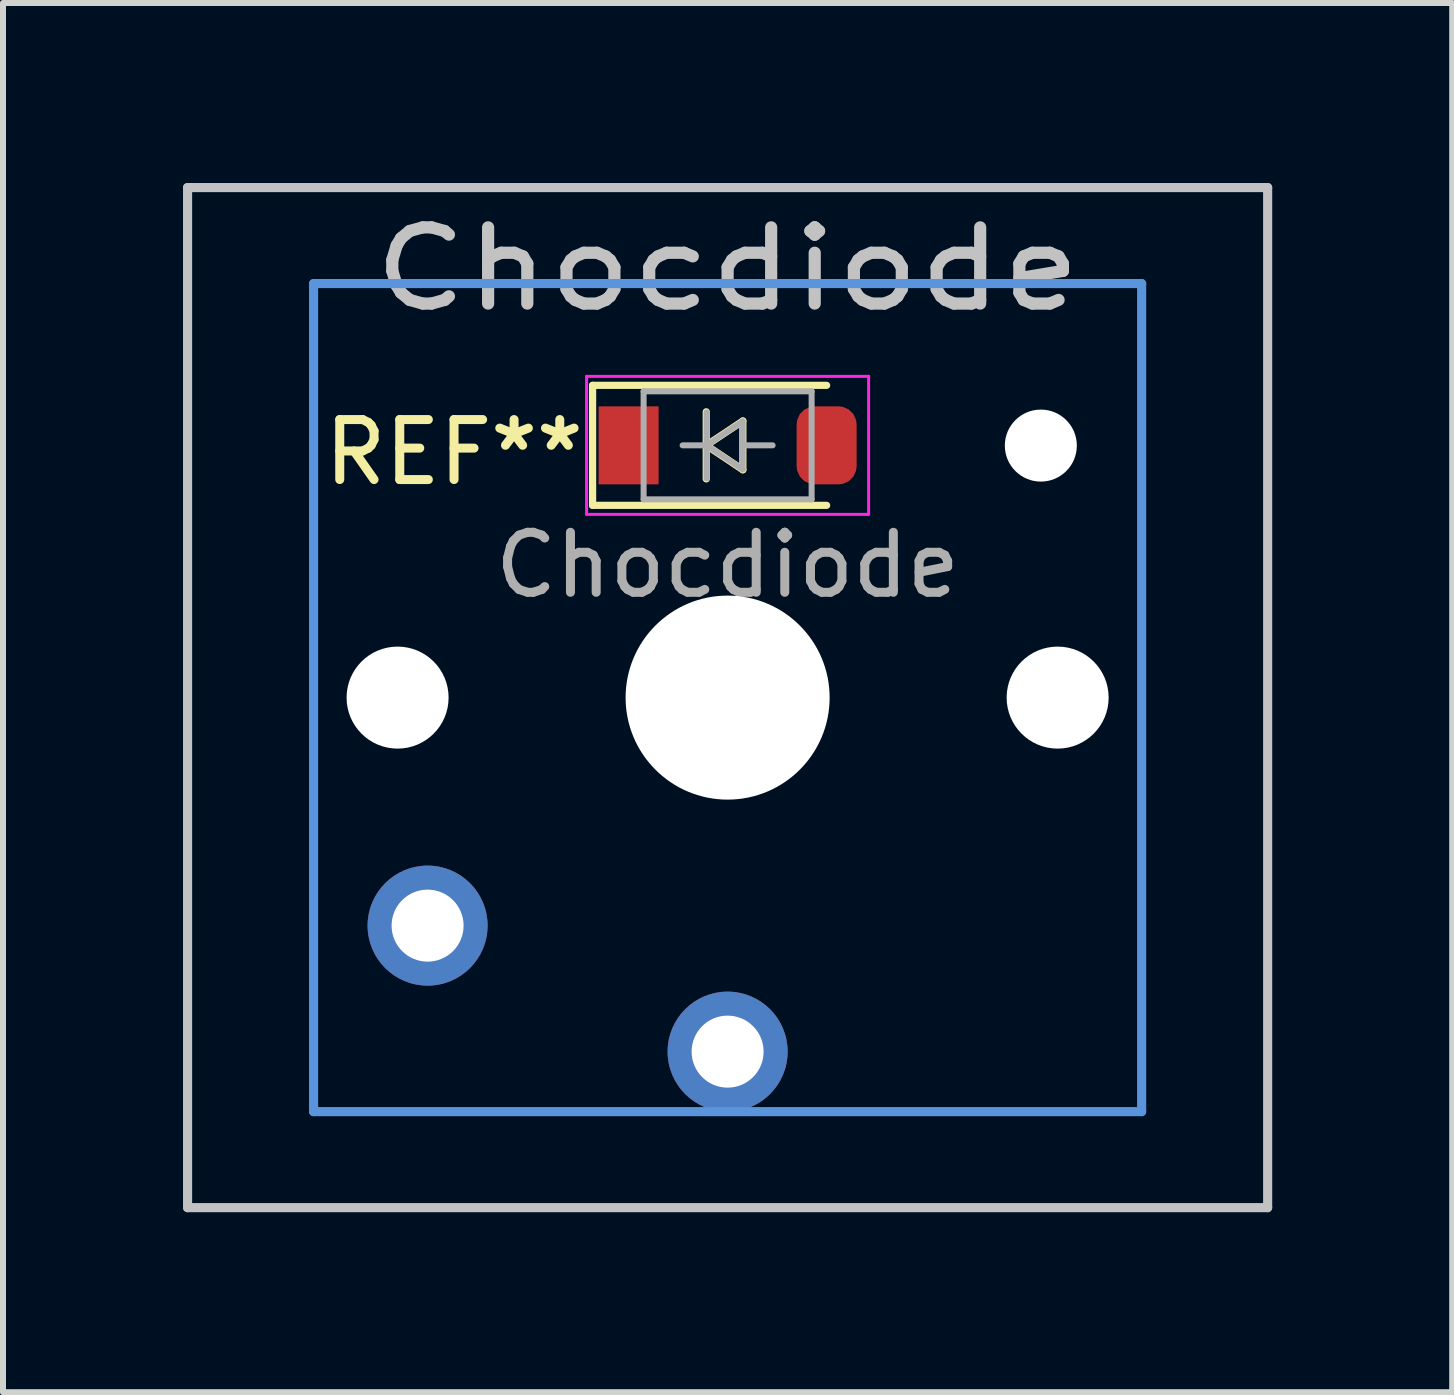
<source format=kicad_pcb>
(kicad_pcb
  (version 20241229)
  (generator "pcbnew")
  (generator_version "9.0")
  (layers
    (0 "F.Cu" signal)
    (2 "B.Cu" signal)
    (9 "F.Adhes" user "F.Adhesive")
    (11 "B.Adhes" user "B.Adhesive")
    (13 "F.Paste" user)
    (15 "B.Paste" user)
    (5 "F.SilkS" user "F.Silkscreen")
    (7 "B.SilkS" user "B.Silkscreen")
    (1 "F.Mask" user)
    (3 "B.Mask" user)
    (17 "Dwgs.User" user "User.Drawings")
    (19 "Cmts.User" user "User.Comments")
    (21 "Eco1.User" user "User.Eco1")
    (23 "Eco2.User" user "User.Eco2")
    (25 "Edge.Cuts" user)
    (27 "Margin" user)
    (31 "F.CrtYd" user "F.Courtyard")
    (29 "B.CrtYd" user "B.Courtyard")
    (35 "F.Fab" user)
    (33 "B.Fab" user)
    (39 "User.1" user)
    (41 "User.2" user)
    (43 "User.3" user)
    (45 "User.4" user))
  (footprint "Chocdiode"
    (layer "F.Cu")
    (at 9.076 8.576)
    (property "Reference" "Chocdiode" (at 0 -7.144 180) (layer "Dwgs.User") (effects (font (size 1.27 1.524) (thickness 0.203))))
    (attr through_hole)
    (fp_line (start -2.25 -5.204) (end -2.25 -3.204) (stroke (width 0.12) (type solid)) (layer "F.SilkS"))
    (fp_line (start -2.25 -5.204) (end 1.65 -5.204) (stroke (width 0.12) (type solid)) (layer "F.SilkS"))
    (fp_line (start -2.25 -3.204) (end 1.65 -3.204) (stroke (width 0.12) (type solid)) (layer "F.SilkS"))
    (fp_line (start -0.356 -4.763) (end -0.356 -3.645) (stroke (width 0.12) (type solid)) (layer "F.SilkS"))
    (fp_line (start -0.356 -4.204) (end 0.254 -4.61) (stroke (width 0.12) (type solid)) (layer "F.SilkS"))
    (fp_line (start 0.254 -4.61) (end 0.254 -3.797) (stroke (width 0.12) (type solid)) (layer "F.SilkS"))
    (fp_line (start 0.254 -3.797) (end -0.356 -4.204) (stroke (width 0.12) (type solid)) (layer "F.SilkS"))
    (fp_line (start -9 -8.5) (end 9 -8.5) (stroke (width 0.152) (type solid)) (layer "Dwgs.User"))
    (fp_line (start -9 8.5) (end -9 -8.5) (stroke (width 0.152) (type solid)) (layer "Dwgs.User"))
    (fp_line (start 9 -8.5) (end 9 8.5) (stroke (width 0.152) (type solid)) (layer "Dwgs.User"))
    (fp_line (start 9 8.5) (end -9 8.5) (stroke (width 0.152) (type solid)) (layer "Dwgs.User"))
    (fp_line (start -6.9 -6.9) (end 6.9 -6.9) (stroke (width 0.152) (type solid)) (layer "Cmts.User"))
    (fp_line (start -6.9 6.9) (end -6.9 -6.9) (stroke (width 0.152) (type solid)) (layer "Cmts.User"))
    (fp_line (start 6.9 -6.9) (end 6.9 6.9) (stroke (width 0.152) (type solid)) (layer "Cmts.User"))
    (fp_line (start 6.9 6.9) (end -6.9 6.9) (stroke (width 0.152) (type solid)) (layer "Cmts.User"))
    (fp_line (start -7.5 -7.5) (end 7.5 -7.5) (stroke (width 0.152) (type solid)) (layer "Eco2.User"))
    (fp_line (start -7.5 7.5) (end -7.5 -7.5) (stroke (width 0.152) (type solid)) (layer "Eco2.User"))
    (fp_line (start 7.5 -7.5) (end 7.5 7.5) (stroke (width 0.152) (type solid)) (layer "Eco2.User"))
    (fp_line (start 7.5 7.5) (end -7.5 7.5) (stroke (width 0.152) (type solid)) (layer "Eco2.User"))
    (fp_line (start -2.35 -5.354) (end -2.35 -3.054) (stroke (width 0.05) (type solid)) (layer "F.CrtYd"))
    (fp_line (start -2.35 -5.354) (end 2.35 -5.354) (stroke (width 0.05) (type solid)) (layer "F.CrtYd"))
    (fp_line (start 2.35 -5.354) (end 2.35 -3.054) (stroke (width 0.05) (type solid)) (layer "F.CrtYd"))
    (fp_line (start 2.35 -3.054) (end -2.35 -3.054) (stroke (width 0.05) (type solid)) (layer "F.CrtYd"))
    (fp_line (start -1.4 -5.104) (end 1.4 -5.104) (stroke (width 0.1) (type solid)) (layer "F.Fab"))
    (fp_line (start -1.4 -3.304) (end -1.4 -5.104) (stroke (width 0.1) (type solid)) (layer "F.Fab"))
    (fp_line (start -0.75 -4.204) (end -0.35 -4.204) (stroke (width 0.1) (type solid)) (layer "F.Fab"))
    (fp_line (start -0.35 -4.204) (end -0.35 -4.754) (stroke (width 0.1) (type solid)) (layer "F.Fab"))
    (fp_line (start -0.35 -4.204) (end -0.35 -3.654) (stroke (width 0.1) (type solid)) (layer "F.Fab"))
    (fp_line (start -0.35 -4.204) (end 0.25 -4.604) (stroke (width 0.1) (type solid)) (layer "F.Fab"))
    (fp_line (start 0.25 -4.604) (end 0.25 -3.804) (stroke (width 0.1) (type solid)) (layer "F.Fab"))
    (fp_line (start 0.25 -4.204) (end 0.75 -4.204) (stroke (width 0.1) (type solid)) (layer "F.Fab"))
    (fp_line (start 0.25 -3.804) (end -0.35 -4.204) (stroke (width 0.1) (type solid)) (layer "F.Fab"))
    (fp_line (start 1.4 -5.104) (end 1.4 -3.304) (stroke (width 0.1) (type solid)) (layer "F.Fab"))
    (fp_line (start 1.4 -3.304) (end -1.4 -3.304) (stroke (width 0.1) (type solid)) (layer "F.Fab"))
    (fp_text user "REF**" (at -4.559 -4.089 0) (layer "F.SilkS") (effects (font (size 1 1) (thickness 0.15))))
    (fp_text user "${REFERENCE}" (at 0 -2.21 0) (layer "F.Fab") (effects (font (size 1 1) (thickness 0.15))))
    (pad "" np_thru_hole circle (at -5.5 0 180) (size 1.7 1.7) (drill 1.7) (layers "*.Cu"))
    (pad "" np_thru_hole circle (at 0 0 180) (size 3.4 3.4) (drill 3.4) (layers "*.Cu"))
    (pad "" np_thru_hole circle (at 5.22 -4.2 180) (size 1.2 1.2) (drill 1.2) (layers "*.Cu"))
    (pad "" np_thru_hole circle (at 5.5 0 180) (size 1.7 1.7) (drill 1.7) (layers "*.Cu"))
    (pad "1" smd rect (at -1.65 -4.204) (size 1 1.3) (layers "F.Cu" "F.Mask" "F.Paste"))
    (pad "1" thru_hole circle (at 0 5.9 180) (size 2 2) (drill 1.2) (layers "*.Cu" "*.Mask"))
    (pad "2" thru_hole circle (at -5 3.8 41.9) (size 2 2) (drill 1.2) (layers "*.Cu" "*.Mask"))
    (pad "2" smd roundrect (at 1.65 -4.204) (size 1 1.3) (layers "F.Cu" "F.Mask" "F.Paste") (roundrect_rratio 0.3)))
  (gr_rect
    (start -3 -3)
    (end 21.152 20.152)
    (stroke (width 0.1) (type default))
    (fill no)
    (layer "Edge.Cuts")))
</source>
